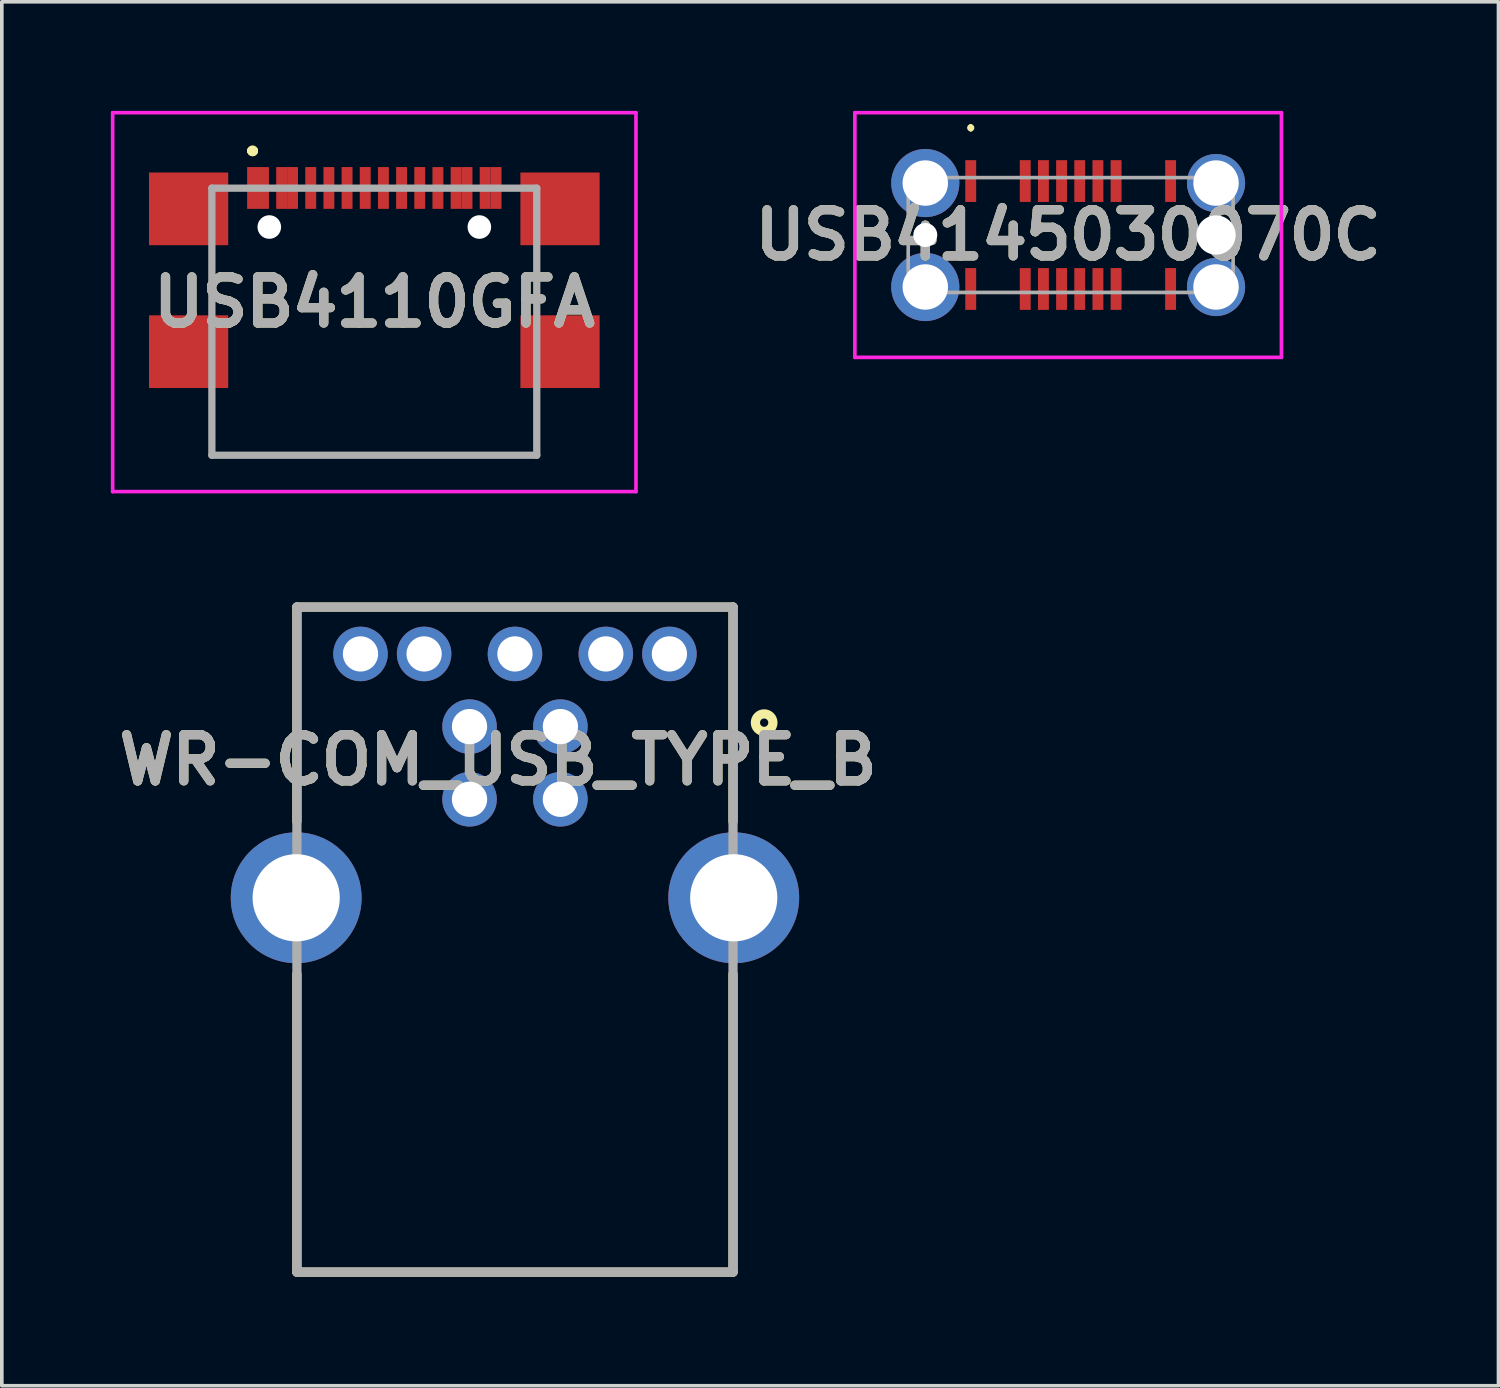
<source format=kicad_pcb>
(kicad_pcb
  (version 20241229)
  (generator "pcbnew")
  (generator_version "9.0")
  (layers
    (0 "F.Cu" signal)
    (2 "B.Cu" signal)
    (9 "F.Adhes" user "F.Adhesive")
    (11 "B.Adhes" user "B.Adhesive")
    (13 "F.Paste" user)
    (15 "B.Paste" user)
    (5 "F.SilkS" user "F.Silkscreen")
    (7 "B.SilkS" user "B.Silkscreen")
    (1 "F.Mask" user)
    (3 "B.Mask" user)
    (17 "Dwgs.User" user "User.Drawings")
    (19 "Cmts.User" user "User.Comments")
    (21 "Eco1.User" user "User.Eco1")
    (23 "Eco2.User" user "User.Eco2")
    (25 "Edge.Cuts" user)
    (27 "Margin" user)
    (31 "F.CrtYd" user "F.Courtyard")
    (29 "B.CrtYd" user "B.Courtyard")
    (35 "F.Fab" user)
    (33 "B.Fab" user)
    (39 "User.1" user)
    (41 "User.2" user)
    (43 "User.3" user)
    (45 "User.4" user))
  (footprint "WR-COM_USB_TYPE_B"
    (layer "F.Cu")
    (at 11.12 21.654)
    (property "Reference" "WR-COM_USB_TYPE_B" (at -0.464 -3.792 0) (layer "F.SilkS") (effects (font (size 1.27 1.27) (thickness 0.254))))
    (attr through_hole)
    (fp_line (start -6 -8) (end -6 -2.1) (stroke (width 0.254) (type solid)) (layer "F.SilkS"))
    (fp_line (start -6 -8) (end 6 -8) (stroke (width 0.254) (type solid)) (layer "F.SilkS"))
    (fp_line (start -6 10.3) (end -6 2.1) (stroke (width 0.254) (type solid)) (layer "F.SilkS"))
    (fp_line (start 6 -8) (end 6 -2.1) (stroke (width 0.254) (type solid)) (layer "F.SilkS"))
    (fp_line (start 6 10.3) (end -6 10.3) (stroke (width 0.254) (type solid)) (layer "F.SilkS"))
    (fp_line (start 6 10.3) (end 6 2.1) (stroke (width 0.254) (type solid)) (layer "F.SilkS"))
    (fp_circle (center 6.857 -4.819) (end 6.857 -4.705) (stroke (width 0.254) (type solid)) (fill no) (layer "F.SilkS"))
    (fp_line (start -6 -8) (end 6 -8) (stroke (width 0.254) (type solid)) (layer "F.Fab"))
    (fp_line (start -6 10.3) (end -6 -8) (stroke (width 0.254) (type solid)) (layer "F.Fab"))
    (fp_line (start 6 -8) (end 6 10.3) (stroke (width 0.254) (type solid)) (layer "F.Fab"))
    (fp_line (start 6 10.3) (end -6 10.3) (stroke (width 0.254) (type solid)) (layer "F.Fab"))
    (fp_text user "${REFERENCE}" (at -0.464 -3.792 0) (layer "F.Fab") (effects (font (size 1.27 1.27) (thickness 0.254))))
    (pad "1" thru_hole circle (at 1.25 -4.71) (size 1.5 1.5) (drill 0.97) (layers "*.Cu" "*.Mask"))
    (pad "2" thru_hole circle (at -1.25 -4.71) (size 1.5 1.5) (drill 0.97) (layers "*.Cu" "*.Mask"))
    (pad "3" thru_hole circle (at -1.25 -2.71) (size 1.5 1.5) (drill 0.97) (layers "*.Cu" "*.Mask"))
    (pad "4" thru_hole circle (at 1.25 -2.71) (size 1.5 1.5) (drill 0.97) (layers "*.Cu" "*.Mask"))
    (pad "5" thru_hole circle (at -4.25 -6.71) (size 1.5 1.5) (drill 0.97) (layers "*.Cu" "*.Mask"))
    (pad "6" thru_hole circle (at -2.5 -6.71) (size 1.5 1.5) (drill 0.97) (layers "*.Cu" "*.Mask"))
    (pad "7" thru_hole circle (at 0 -6.71) (size 1.5 1.5) (drill 0.97) (layers "*.Cu" "*.Mask"))
    (pad "8" thru_hole circle (at 2.5 -6.71) (size 1.5 1.5) (drill 0.97) (layers "*.Cu" "*.Mask"))
    (pad "9" thru_hole circle (at 4.25 -6.71) (size 1.5 1.5) (drill 0.97) (layers "*.Cu" "*.Mask"))
    (pad "10" thru_hole circle (at 6.02 0) (size 3.6 3.6) (drill 2.4) (layers "*.Cu" "*.Mask"))
    (pad "11" thru_hole circle (at -6.02 0) (size 3.6 3.6) (drill 2.4) (layers "*.Cu" "*.Mask")))
  (footprint "USB4110GFA"
    (layer "F.Cu")
    (at 7.25 5.8)
    (property "Reference" "USB4110GFA" (at 0 -0.536 0) (layer "F.SilkS") (effects (font (size 1.27 1.27) (thickness 0.254))))
    (attr through_hole)
    (fp_line (start -4.5 -1.5) (end -4.5 -0.75) (stroke (width 0.1) (type solid)) (layer "F.SilkS"))
    (fp_line (start -4.5 -0.75) (end -4.47 -0.75) (stroke (width 0.1) (type solid)) (layer "F.SilkS"))
    (fp_line (start -4.47 -1.5) (end -4.5 -1.5) (stroke (width 0.1) (type solid)) (layer "F.SilkS"))
    (fp_line (start -4.47 -0.75) (end -4.47 -1.5) (stroke (width 0.1) (type solid)) (layer "F.SilkS"))
    (fp_line (start -4.47 2.5) (end -4.47 2.5) (stroke (width 0.1) (type solid)) (layer "F.SilkS"))
    (fp_line (start -4.47 2.5) (end -4.47 3.677) (stroke (width 0.1) (type solid)) (layer "F.SilkS"))
    (fp_line (start -4.47 3.677) (end -4.47 2.5) (stroke (width 0.1) (type solid)) (layer "F.SilkS"))
    (fp_line (start -4.47 3.677) (end -4.47 3.677) (stroke (width 0.1) (type solid)) (layer "F.SilkS"))
    (fp_line (start -4.47 3.677) (end -4.47 3.677) (stroke (width 0.1) (type solid)) (layer "F.SilkS"))
    (fp_line (start -4.47 3.677) (end 4.47 3.677) (stroke (width 0.1) (type solid)) (layer "F.SilkS"))
    (fp_line (start -3.4 -4.7) (end -3.4 -4.7) (stroke (width 0.2) (type solid)) (layer "F.SilkS"))
    (fp_line (start -3.4 -4.7) (end -3.4 -4.7) (stroke (width 0.2) (type solid)) (layer "F.SilkS"))
    (fp_line (start -3.3 -4.7) (end -3.3 -4.7) (stroke (width 0.2) (type solid)) (layer "F.SilkS"))
    (fp_line (start 4.47 -1.75) (end 4.47 -1.75) (stroke (width 0.1) (type solid)) (layer "F.SilkS"))
    (fp_line (start 4.47 -1.75) (end 4.47 -0.75) (stroke (width 0.1) (type solid)) (layer "F.SilkS"))
    (fp_line (start 4.47 -0.75) (end 4.47 -1.75) (stroke (width 0.1) (type solid)) (layer "F.SilkS"))
    (fp_line (start 4.47 -0.75) (end 4.47 -0.75) (stroke (width 0.1) (type solid)) (layer "F.SilkS"))
    (fp_line (start 4.47 2.25) (end 4.47 2.25) (stroke (width 0.1) (type solid)) (layer "F.SilkS"))
    (fp_line (start 4.47 2.25) (end 4.47 3.677) (stroke (width 0.1) (type solid)) (layer "F.SilkS"))
    (fp_line (start 4.47 3.677) (end -4.47 3.677) (stroke (width 0.1) (type solid)) (layer "F.SilkS"))
    (fp_line (start 4.47 3.677) (end 4.47 2.25) (stroke (width 0.1) (type solid)) (layer "F.SilkS"))
    (fp_line (start 4.47 3.677) (end 4.47 3.677) (stroke (width 0.1) (type solid)) (layer "F.SilkS"))
    (fp_line (start 4.47 3.677) (end 4.47 3.677) (stroke (width 0.1) (type solid)) (layer "F.SilkS"))
    (fp_arc (start -3.4 -4.7) (mid -3.35 -4.75) (end -3.3 -4.7) (stroke (width 0.2) (type solid)) (layer "F.SilkS"))
    (fp_arc (start -3.3 -4.7) (mid -3.35 -4.65) (end -3.4 -4.7) (stroke (width 0.2) (type solid)) (layer "F.SilkS"))
    (fp_arc (start -3.3 -4.7) (mid -3.35 -4.65) (end -3.4 -4.7) (stroke (width 0.2) (type solid)) (layer "F.SilkS"))
    (fp_line (start -7.2 -5.75) (end 7.2 -5.75) (stroke (width 0.1) (type solid)) (layer "F.CrtYd"))
    (fp_line (start -7.2 4.677) (end -7.2 -5.75) (stroke (width 0.1) (type solid)) (layer "F.CrtYd"))
    (fp_line (start 7.2 -5.75) (end 7.2 4.677) (stroke (width 0.1) (type solid)) (layer "F.CrtYd"))
    (fp_line (start 7.2 4.677) (end -7.2 4.677) (stroke (width 0.1) (type solid)) (layer "F.CrtYd"))
    (fp_line (start -4.47 -3.673) (end -4.47 3.677) (stroke (width 0.2) (type solid)) (layer "F.Fab"))
    (fp_line (start -4.47 3.677) (end 4.47 3.677) (stroke (width 0.2) (type solid)) (layer "F.Fab"))
    (fp_line (start 4.47 -3.673) (end -4.47 -3.673) (stroke (width 0.2) (type solid)) (layer "F.Fab"))
    (fp_line (start 4.47 3.677) (end 4.47 -3.673) (stroke (width 0.2) (type solid)) (layer "F.Fab"))
    (fp_text user "${REFERENCE}" (at 0 -0.536 0) (layer "F.Fab") (effects (font (size 1.27 1.27) (thickness 0.254))))
    (pad "" np_thru_hole circle (at -2.89 -2.603) (size 0.65 0.65) (drill 0.65) (layers "*.Cu" "*.Mask"))
    (pad "" np_thru_hole circle (at 2.89 -2.603) (size 0.65 0.65) (drill 0.65) (layers "*.Cu" "*.Mask"))
    (pad "A1" smd rect (at -3.35 -3.678) (size 0.3 1.15) (layers "F.Cu" "F.Mask" "F.Paste"))
    (pad "A4" smd rect (at -2.55 -3.678) (size 0.3 1.15) (layers "F.Cu" "F.Mask" "F.Paste"))
    (pad "A5" smd rect (at -1.25 -3.678) (size 0.3 1.15) (layers "F.Cu" "F.Mask" "F.Paste"))
    (pad "A6" smd rect (at -0.25 -3.678) (size 0.3 1.15) (layers "F.Cu" "F.Mask" "F.Paste"))
    (pad "A7" smd rect (at 0.25 -3.678) (size 0.3 1.15) (layers "F.Cu" "F.Mask" "F.Paste"))
    (pad "A8" smd rect (at 1.25 -3.678) (size 0.3 1.15) (layers "F.Cu" "F.Mask" "F.Paste"))
    (pad "A9" smd rect (at 2.55 -3.678) (size 0.3 1.15) (layers "F.Cu" "F.Mask" "F.Paste"))
    (pad "A12" smd rect (at 3.35 -3.678) (size 0.3 1.15) (layers "F.Cu" "F.Mask" "F.Paste"))
    (pad "B1" smd rect (at 3.05 -3.678) (size 0.3 1.15) (layers "F.Cu" "F.Mask" "F.Paste"))
    (pad "B4" smd rect (at 2.25 -3.678) (size 0.3 1.15) (layers "F.Cu" "F.Mask" "F.Paste"))
    (pad "B5" smd rect (at 1.75 -3.678) (size 0.3 1.15) (layers "F.Cu" "F.Mask" "F.Paste"))
    (pad "B6" smd rect (at 0.75 -3.678) (size 0.3 1.15) (layers "F.Cu" "F.Mask" "F.Paste"))
    (pad "B7" smd rect (at -0.75 -3.678) (size 0.3 1.15) (layers "F.Cu" "F.Mask" "F.Paste"))
    (pad "B8" smd rect (at -1.75 -3.678) (size 0.3 1.15) (layers "F.Cu" "F.Mask" "F.Paste"))
    (pad "B9" smd rect (at -2.25 -3.678) (size 0.3 1.15) (layers "F.Cu" "F.Mask" "F.Paste"))
    (pad "B12" smd rect (at -3.05 -3.678) (size 0.3 1.15) (layers "F.Cu" "F.Mask" "F.Paste"))
    (pad "MP1" smd rect (at -5.11 0.827 90) (size 2 2.18) (layers "F.Cu" "F.Mask" "F.Paste"))
    (pad "MP2" smd rect (at 5.11 0.827 90) (size 2 2.18) (layers "F.Cu" "F.Mask" "F.Paste"))
    (pad "MP3" smd rect (at -5.11 -3.103 90) (size 2 2.18) (layers "F.Cu" "F.Mask" "F.Paste"))
    (pad "MP4" smd rect (at 5.11 -3.103 90) (size 2 2.18) (layers "F.Cu" "F.Mask" "F.Paste")))
  (footprint "USB4145030070C"
    (layer "F.Cu")
    (at 26.411 3.417)
    (property "Reference" "USB4145030070C" (at -0.069 0 0) (layer "F.SilkS") (effects (font (size 1.27 1.27) (thickness 0.254))))
    (attr through_hole)
    (fp_line (start -2.75 -3) (end -2.75 -3) (stroke (width 0.1) (type solid)) (layer "F.SilkS"))
    (fp_line (start -2.75 -2.9) (end -2.75 -2.9) (stroke (width 0.1) (type solid)) (layer "F.SilkS"))
    (fp_arc (start -2.75 -3) (mid -2.7 -2.95) (end -2.75 -2.9) (stroke (width 0.1) (type solid)) (layer "F.SilkS"))
    (fp_arc (start -2.75 -2.9) (mid -2.8 -2.95) (end -2.75 -3) (stroke (width 0.1) (type solid)) (layer "F.SilkS"))
    (fp_line (start -5.938 -3.367) (end 5.8 -3.367) (stroke (width 0.1) (type solid)) (layer "F.CrtYd"))
    (fp_line (start -5.938 3.367) (end -5.938 -3.367) (stroke (width 0.1) (type solid)) (layer "F.CrtYd"))
    (fp_line (start 5.8 -3.367) (end 5.8 3.367) (stroke (width 0.1) (type solid)) (layer "F.CrtYd"))
    (fp_line (start 5.8 3.367) (end -5.938 3.367) (stroke (width 0.1) (type solid)) (layer "F.CrtYd"))
    (fp_line (start -4.47 -1.58) (end 4.47 -1.58) (stroke (width 0.1) (type solid)) (layer "F.Fab"))
    (fp_line (start -4.47 1.58) (end -4.47 -1.58) (stroke (width 0.1) (type solid)) (layer "F.Fab"))
    (fp_line (start 4.47 -1.58) (end 4.47 1.58) (stroke (width 0.1) (type solid)) (layer "F.Fab"))
    (fp_line (start 4.47 1.58) (end -4.47 1.58) (stroke (width 0.1) (type solid)) (layer "F.Fab"))
    (fp_text user "${REFERENCE}" (at -0.069 0 0) (layer "F.Fab") (effects (font (size 1.27 1.27) (thickness 0.254))))
    (pad "" np_thru_hole circle (at -4 0) (size 0.66 0.66) (drill 0.66) (layers "*.Cu" "*.Mask"))
    (pad "" np_thru_hole circle (at 4 0) (size 1.08 1.08) (drill 1.08) (layers "*.Cu" "*.Mask"))
    (pad "A1" smd rect (at -2.75 -1.485) (size 0.3 1.15) (layers "F.Cu" "F.Mask" "F.Paste"))
    (pad "A4" smd rect (at -1.25 -1.485) (size 0.3 1.15) (layers "F.Cu" "F.Mask" "F.Paste"))
    (pad "A5" smd rect (at -0.75 -1.485) (size 0.3 1.15) (layers "F.Cu" "F.Mask" "F.Paste"))
    (pad "A6" smd rect (at -0.25 -1.485) (size 0.3 1.15) (layers "F.Cu" "F.Mask" "F.Paste"))
    (pad "A7" smd rect (at 0.25 -1.485) (size 0.3 1.15) (layers "F.Cu" "F.Mask" "F.Paste"))
    (pad "A8" smd rect (at 0.75 -1.485) (size 0.3 1.15) (layers "F.Cu" "F.Mask" "F.Paste"))
    (pad "A9" smd rect (at 1.25 -1.485) (size 0.3 1.15) (layers "F.Cu" "F.Mask" "F.Paste"))
    (pad "A12" smd rect (at 2.75 -1.485) (size 0.3 1.15) (layers "F.Cu" "F.Mask" "F.Paste"))
    (pad "B1" smd rect (at 2.75 1.485) (size 0.3 1.15) (layers "F.Cu" "F.Mask" "F.Paste"))
    (pad "B4" smd rect (at 1.25 1.485) (size 0.3 1.15) (layers "F.Cu" "F.Mask" "F.Paste"))
    (pad "B5" smd rect (at 0.75 1.485) (size 0.3 1.15) (layers "F.Cu" "F.Mask" "F.Paste"))
    (pad "B6" smd rect (at 0.25 1.485) (size 0.3 1.15) (layers "F.Cu" "F.Mask" "F.Paste"))
    (pad "B7" smd rect (at -0.25 1.485) (size 0.3 1.15) (layers "F.Cu" "F.Mask" "F.Paste"))
    (pad "B8" smd rect (at -0.75 1.485) (size 0.3 1.15) (layers "F.Cu" "F.Mask" "F.Paste"))
    (pad "B9" smd rect (at -1.25 1.485) (size 0.3 1.15) (layers "F.Cu" "F.Mask" "F.Paste"))
    (pad "B12" smd rect (at -2.75 1.485) (size 0.3 1.15) (layers "F.Cu" "F.Mask" "F.Paste"))
    (pad "MH1" thru_hole circle (at -4 -1.43) (size 1.875 1.875) (drill 1.25) (layers "*.Cu" "*.Mask"))
    (pad "MH2" thru_hole circle (at 4 -1.43) (size 1.6 1.6) (drill 1.25) (layers "*.Cu" "*.Mask"))
    (pad "MH3" thru_hole circle (at 4 1.43) (size 1.6 1.6) (drill 1.25) (layers "*.Cu" "*.Mask"))
    (pad "MH4" thru_hole circle (at -4 1.43) (size 1.875 1.875) (drill 1.25) (layers "*.Cu" "*.Mask")))
  (gr_rect
    (start -3 -3)
    (end 38.183 35.081)
    (stroke (width 0.1) (type default))
    (fill no)
    (layer "Edge.Cuts")))
</source>
